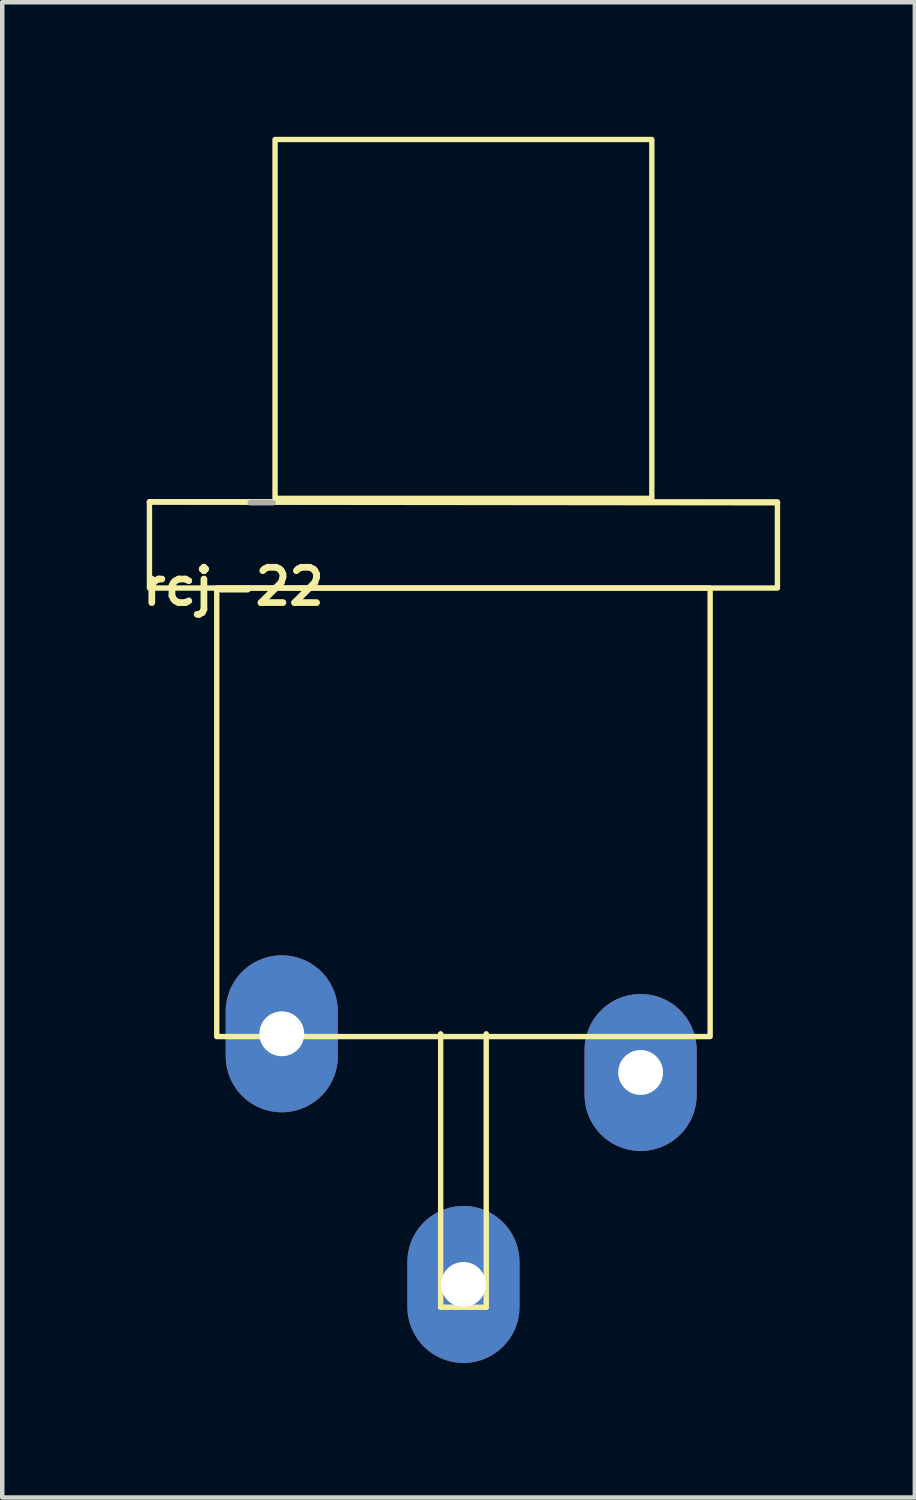
<source format=kicad_pcb>
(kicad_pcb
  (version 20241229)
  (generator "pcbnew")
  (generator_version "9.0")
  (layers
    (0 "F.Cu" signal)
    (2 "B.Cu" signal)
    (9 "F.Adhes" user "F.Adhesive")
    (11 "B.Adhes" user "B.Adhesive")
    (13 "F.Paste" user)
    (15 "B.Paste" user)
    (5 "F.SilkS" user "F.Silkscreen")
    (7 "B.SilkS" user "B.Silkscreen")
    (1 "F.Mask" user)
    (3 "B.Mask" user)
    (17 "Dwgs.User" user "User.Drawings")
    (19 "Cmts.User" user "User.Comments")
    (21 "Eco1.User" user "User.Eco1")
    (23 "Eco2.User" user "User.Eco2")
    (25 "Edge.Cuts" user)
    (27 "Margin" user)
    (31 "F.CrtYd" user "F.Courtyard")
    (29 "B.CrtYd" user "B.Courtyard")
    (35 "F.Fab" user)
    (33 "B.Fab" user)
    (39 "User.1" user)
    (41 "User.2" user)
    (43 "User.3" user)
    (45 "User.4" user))
  (footprint "rcj-22"
    (layer "F.Cu")
    (at 7.282 20.06)
    (property "Reference" "rcj-22" (at -5.13 -10.032 0) (layer "F.SilkS") (effects (font (size 0.787 0.787) (thickness 0.15))))
    (attr through_hole)
    (fp_line (start -0.508 -0.062) (end -0.508 6.034) (stroke (width 0.12) (type solid)) (layer "F.SilkS"))
    (fp_line (start -0.508 6.034) (end 0.508 6.034) (stroke (width 0.12) (type solid)) (layer "F.SilkS"))
    (fp_line (start 0.508 6.034) (end 0.508 -0.062) (stroke (width 0.12) (type solid)) (layer "F.SilkS"))
    (fp_line (start 7 -11.904) (end -7 -11.921) (stroke (width 0.127) (type solid)) (layer "F.SilkS"))
    (fp_rect (start -7 -11.921) (end 7 -10) (stroke (width 0.12) (type solid)) (fill no) (layer "F.SilkS"))
    (fp_rect (start -5.5 -10) (end 5.5 0) (stroke (width 0.12) (type solid)) (fill no) (layer "F.SilkS"))
    (fp_rect (start -4.2 -20) (end 4.2 -12) (stroke (width 0.12) (type solid)) (fill no) (layer "F.SilkS"))
    (fp_line (start -4.75 -11.904) (end -4.25 -11.904) (stroke (width 0.127) (type solid)) (layer "F.Fab"))
    (pad "1" thru_hole oval (at 0 5.526 90) (size 3.5 2.5) (drill 1) (layers "*.Cu" "*.Mask"))
    (pad "2" thru_hole oval (at -4.05 -0.062 90) (size 3.5 2.5) (drill 1) (layers "*.Cu" "*.Mask"))
    (pad "3" thru_hole oval (at 3.95 0.8 90) (size 3.5 2.5) (drill 1) (layers "*.Cu" "*.Mask")))
  (gr_rect
    (start -3 -3)
    (end 17.346 30.336)
    (stroke (width 0.1) (type default))
    (fill no)
    (layer "Edge.Cuts")))
</source>
